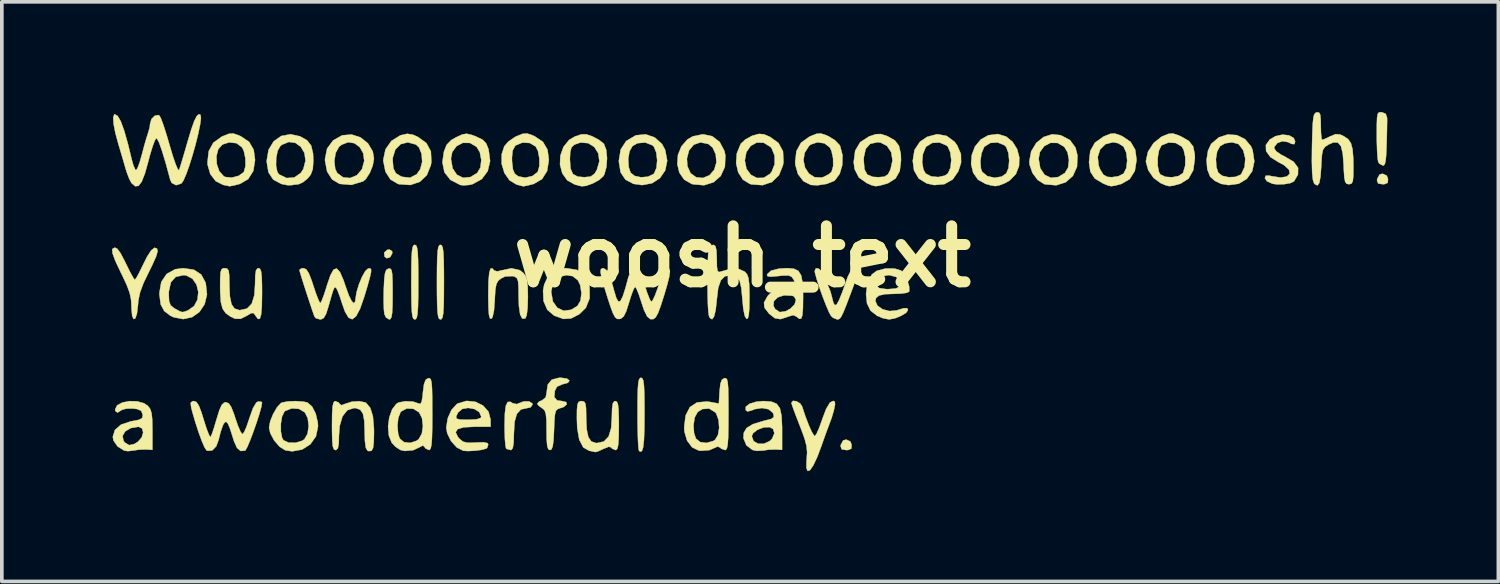
<source format=kicad_pcb>
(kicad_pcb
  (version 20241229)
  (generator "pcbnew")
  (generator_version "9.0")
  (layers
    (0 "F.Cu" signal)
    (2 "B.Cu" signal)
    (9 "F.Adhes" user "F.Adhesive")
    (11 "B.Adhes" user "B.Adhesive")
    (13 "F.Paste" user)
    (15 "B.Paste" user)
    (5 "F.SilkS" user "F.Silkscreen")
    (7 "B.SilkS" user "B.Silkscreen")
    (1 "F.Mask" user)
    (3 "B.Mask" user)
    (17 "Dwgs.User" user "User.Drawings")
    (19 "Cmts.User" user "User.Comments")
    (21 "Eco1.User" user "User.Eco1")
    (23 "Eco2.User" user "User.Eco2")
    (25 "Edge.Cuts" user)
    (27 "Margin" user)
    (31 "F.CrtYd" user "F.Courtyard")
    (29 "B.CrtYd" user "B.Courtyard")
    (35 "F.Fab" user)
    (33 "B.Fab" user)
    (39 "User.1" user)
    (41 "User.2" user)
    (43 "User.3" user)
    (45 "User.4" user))
  (footprint "woosh_text"
    (layer "F.Cu")
    (at 17.166 3.934)
    (property "Reference" "woosh_text" (at 0 0 0) (layer "F.SilkS") (effects (font (size 1.524 1.524) (thickness 0.3))))
    (attr through_hole)
    (fp_poly (pts (xy -9.539 -0.142) (xy -9.536 -0.085) (xy -9.595 0.021) (xy -9.685 0.048) (xy -9.745 0.003) (xy -9.756 -0.106) (xy -9.672 -0.181) (xy -9.612 -0.191) (xy -9.539 -0.142)) (stroke (width 0.01) (type solid)) (fill yes) (layer "F.SilkS"))
    (fp_poly (pts (xy 2.939 5.037) (xy 2.973 5.128) (xy 2.965 5.233) (xy 2.876 5.269) (xy 2.826 5.271) (xy 2.704 5.251) (xy 2.674 5.171) (xy 2.678 5.128) (xy 2.742 5.008) (xy 2.826 4.985) (xy 2.939 5.037)) (stroke (width 0.01) (type solid)) (fill yes) (layer "F.SilkS"))
    (fp_poly (pts (xy 17.544 -2.202) (xy 17.578 -2.111) (xy 17.57 -2.006) (xy 17.481 -1.97) (xy 17.431 -1.968) (xy 17.309 -1.988) (xy 17.279 -2.068) (xy 17.283 -2.111) (xy 17.347 -2.231) (xy 17.431 -2.254) (xy 17.544 -2.202)) (stroke (width 0.01) (type solid)) (fill yes) (layer "F.SilkS"))
    (fp_poly (pts (xy -9.587 0.331) (xy -9.555 0.373) (xy -9.537 0.475) (xy -9.528 0.659) (xy -9.525 0.944) (xy -9.525 1.011) (xy -9.528 1.326) (xy -9.538 1.533) (xy -9.558 1.654) (xy -9.591 1.707) (xy -9.619 1.714) (xy -9.706 1.661) (xy -9.749 1.572) (xy -9.763 1.443) (xy -9.77 1.228) (xy -9.768 0.967) (xy -9.766 0.89) (xy -9.753 0.621) (xy -9.732 0.455) (xy -9.699 0.367) (xy -9.646 0.332) (xy -9.636 0.329) (xy -9.587 0.331)) (stroke (width 0.01) (type solid)) (fill yes) (layer "F.SilkS"))
    (fp_poly (pts (xy 17.415 -3.926) (xy 17.516 -3.885) (xy 17.552 -3.779) (xy 17.554 -3.699) (xy 17.546 -3.274) (xy 17.537 -2.959) (xy 17.526 -2.739) (xy 17.511 -2.597) (xy 17.491 -2.517) (xy 17.463 -2.482) (xy 17.438 -2.477) (xy 17.341 -2.528) (xy 17.311 -2.577) (xy 17.294 -2.681) (xy 17.281 -2.879) (xy 17.273 -3.138) (xy 17.272 -3.312) (xy 17.273 -3.599) (xy 17.28 -3.783) (xy 17.298 -3.884) (xy 17.332 -3.925) (xy 17.388 -3.929) (xy 17.415 -3.926)) (stroke (width 0.01) (type solid)) (fill yes) (layer "F.SilkS"))
    (fp_poly (pts (xy -2.725 3.319) (xy -2.699 3.382) (xy -2.682 3.508) (xy -2.672 3.715) (xy -2.668 4.019) (xy -2.667 4.283) (xy -2.671 4.699) (xy -2.682 5) (xy -2.704 5.196) (xy -2.737 5.297) (xy -2.783 5.315) (xy -2.817 5.29) (xy -2.831 5.215) (xy -2.843 5.037) (xy -2.852 4.777) (xy -2.857 4.459) (xy -2.857 4.276) (xy -2.856 3.898) (xy -2.85 3.63) (xy -2.837 3.454) (xy -2.817 3.353) (xy -2.787 3.309) (xy -2.762 3.302) (xy -2.725 3.319)) (stroke (width 0.01) (type solid)) (fill yes) (layer "F.SilkS"))
    (fp_poly (pts (xy -8.886 -0.301) (xy -8.86 -0.239) (xy -8.842 -0.115) (xy -8.832 0.089) (xy -8.827 0.389) (xy -8.826 0.699) (xy -8.828 1.085) (xy -8.834 1.362) (xy -8.846 1.546) (xy -8.865 1.655) (xy -8.893 1.705) (xy -8.922 1.714) (xy -8.958 1.698) (xy -8.984 1.636) (xy -9.001 1.512) (xy -9.011 1.308) (xy -9.016 1.008) (xy -9.017 0.699) (xy -9.015 0.312) (xy -9.01 0.035) (xy -8.998 -0.149) (xy -8.979 -0.258) (xy -8.951 -0.308) (xy -8.922 -0.318) (xy -8.886 -0.301)) (stroke (width 0.01) (type solid)) (fill yes) (layer "F.SilkS"))
    (fp_poly (pts (xy -8.187 -0.301) (xy -8.161 -0.239) (xy -8.144 -0.115) (xy -8.134 0.089) (xy -8.129 0.389) (xy -8.128 0.699) (xy -8.13 1.085) (xy -8.135 1.362) (xy -8.147 1.546) (xy -8.166 1.655) (xy -8.194 1.705) (xy -8.223 1.714) (xy -8.259 1.698) (xy -8.285 1.636) (xy -8.303 1.512) (xy -8.313 1.308) (xy -8.318 1.008) (xy -8.319 0.699) (xy -8.317 0.312) (xy -8.311 0.035) (xy -8.299 -0.149) (xy -8.28 -0.258) (xy -8.252 -0.308) (xy -8.223 -0.318) (xy -8.187 -0.301)) (stroke (width 0.01) (type solid)) (fill yes) (layer "F.SilkS"))
    (fp_poly (pts (xy -5.812 3.946) (xy -5.725 3.997) (xy -5.715 4.032) (xy -5.77 4.109) (xy -5.864 4.128) (xy -6.032 4.165) (xy -6.143 4.285) (xy -6.205 4.501) (xy -6.223 4.815) (xy -6.23 5.069) (xy -6.253 5.214) (xy -6.295 5.269) (xy -6.308 5.271) (xy -6.416 5.242) (xy -6.435 5.228) (xy -6.453 5.15) (xy -6.468 4.975) (xy -6.476 4.735) (xy -6.477 4.597) (xy -6.469 4.272) (xy -6.442 4.063) (xy -6.392 3.961) (xy -6.317 3.957) (xy -6.266 3.991) (xy -6.145 4.02) (xy -6.094 3.998) (xy -5.951 3.945) (xy -5.812 3.946)) (stroke (width 0.01) (type solid)) (fill yes) (layer "F.SilkS"))
    (fp_poly (pts (xy -0.822 -3.274) (xy -0.62 -3.118) (xy -0.492 -2.877) (xy -0.465 -2.751) (xy -0.478 -2.442) (xy -0.591 -2.193) (xy -0.786 -2.021) (xy -1.046 -1.94) (xy -1.351 -1.967) (xy -1.38 -1.975) (xy -1.587 -2.093) (xy -1.718 -2.283) (xy -1.774 -2.517) (xy -1.763 -2.668) (xy -1.512 -2.668) (xy -1.499 -2.459) (xy -1.412 -2.266) (xy -1.259 -2.157) (xy -1.077 -2.138) (xy -0.897 -2.213) (xy -0.769 -2.36) (xy -0.709 -2.562) (xy -0.727 -2.779) (xy -0.812 -2.965) (xy -0.927 -3.062) (xy -1.144 -3.107) (xy -1.325 -3.044) (xy -1.454 -2.891) (xy -1.512 -2.668) (xy -1.763 -2.668) (xy -1.756 -2.765) (xy -1.663 -2.998) (xy -1.498 -3.187) (xy -1.353 -3.271) (xy -1.074 -3.329) (xy -0.822 -3.274)) (stroke (width 0.01) (type solid)) (fill yes) (layer "F.SilkS"))
    (fp_poly (pts (xy 8.664 -3.303) (xy 8.916 -3.171) (xy 9.068 -2.966) (xy 9.123 -2.751) (xy 9.11 -2.443) (xy 8.997 -2.194) (xy 8.802 -2.021) (xy 8.544 -1.939) (xy 8.241 -1.965) (xy 8.215 -1.973) (xy 8.039 -2.083) (xy 7.897 -2.274) (xy 7.818 -2.501) (xy 7.811 -2.588) (xy 7.825 -2.663) (xy 8.065 -2.663) (xy 8.109 -2.403) (xy 8.226 -2.226) (xy 8.397 -2.142) (xy 8.599 -2.164) (xy 8.779 -2.274) (xy 8.867 -2.423) (xy 8.891 -2.628) (xy 8.852 -2.836) (xy 8.763 -2.985) (xy 8.582 -3.092) (xy 8.39 -3.095) (xy 8.219 -3.007) (xy 8.1 -2.845) (xy 8.065 -2.663) (xy 7.825 -2.663) (xy 7.862 -2.863) (xy 8 -3.092) (xy 8.2 -3.254) (xy 8.437 -3.328) (xy 8.664 -3.303)) (stroke (width 0.01) (type solid)) (fill yes) (layer "F.SilkS"))
    (fp_poly (pts (xy -10.4 -3.243) (xy -10.197 -3.081) (xy -10.066 -2.86) (xy -10.033 -2.668) (xy -10.066 -2.477) (xy -10.148 -2.274) (xy -10.255 -2.109) (xy -10.329 -2.046) (xy -10.646 -1.95) (xy -10.969 -1.977) (xy -11.173 -2.097) (xy -11.309 -2.312) (xy -11.364 -2.598) (xy -11.113 -2.598) (xy -11.088 -2.384) (xy -11.033 -2.272) (xy -10.873 -2.155) (xy -10.682 -2.137) (xy -10.498 -2.213) (xy -10.36 -2.377) (xy -10.36 -2.377) (xy -10.298 -2.604) (xy -10.325 -2.81) (xy -10.42 -2.977) (xy -10.565 -3.084) (xy -10.737 -3.112) (xy -10.918 -3.041) (xy -10.986 -2.985) (xy -11.077 -2.819) (xy -11.113 -2.598) (xy -11.364 -2.598) (xy -11.365 -2.605) (xy -11.367 -2.655) (xy -11.309 -2.939) (xy -11.146 -3.161) (xy -10.9 -3.299) (xy -10.645 -3.322) (xy -10.4 -3.243)) (stroke (width 0.01) (type solid)) (fill yes) (layer "F.SilkS"))
    (fp_poly (pts (xy -4.503 0.367) (xy -4.296 0.512) (xy -4.178 0.743) (xy -4.164 0.81) (xy -4.16 1.137) (xy -4.264 1.398) (xy -4.443 1.572) (xy -4.667 1.687) (xy -4.877 1.7) (xy -5.121 1.613) (xy -5.127 1.61) (xy -5.313 1.452) (xy -5.416 1.216) (xy -5.427 0.971) (xy -5.207 0.971) (xy -5.162 1.225) (xy -5.041 1.397) (xy -4.867 1.477) (xy -4.664 1.451) (xy -4.493 1.346) (xy -4.409 1.201) (xy -4.384 0.996) (xy -4.417 0.782) (xy -4.48 0.649) (xy -4.622 0.535) (xy -4.794 0.508) (xy -5.007 0.562) (xy -5.15 0.714) (xy -5.207 0.946) (xy -5.207 0.971) (xy -5.427 0.971) (xy -5.429 0.926) (xy -5.398 0.764) (xy -5.285 0.518) (xy -5.1 0.372) (xy -4.83 0.318) (xy -4.789 0.318) (xy -4.503 0.367)) (stroke (width 0.01) (type solid)) (fill yes) (layer "F.SilkS"))
    (fp_poly (pts (xy 5.56 -3.283) (xy 5.775 -3.124) (xy 5.847 -3.026) (xy 5.949 -2.79) (xy 5.953 -2.554) (xy 5.879 -2.321) (xy 5.725 -2.098) (xy 5.498 -1.97) (xy 5.221 -1.945) (xy 5.018 -1.989) (xy 4.8 -2.123) (xy 4.672 -2.343) (xy 4.642 -2.569) (xy 4.893 -2.569) (xy 4.927 -2.368) (xy 4.989 -2.259) (xy 5.139 -2.181) (xy 5.333 -2.163) (xy 5.513 -2.204) (xy 5.596 -2.264) (xy 5.665 -2.42) (xy 5.686 -2.628) (xy 5.66 -2.835) (xy 5.592 -2.99) (xy 5.56 -3.021) (xy 5.364 -3.104) (xy 5.164 -3.092) (xy 5.005 -2.992) (xy 4.988 -2.97) (xy 4.914 -2.789) (xy 4.893 -2.569) (xy 4.642 -2.569) (xy 4.637 -2.603) (xy 4.685 -2.902) (xy 4.833 -3.125) (xy 5.032 -3.259) (xy 5.305 -3.331) (xy 5.56 -3.283)) (stroke (width 0.01) (type solid)) (fill yes) (layer "F.SilkS"))
    (fp_poly (pts (xy -7.37 -3.31) (xy -7.264 -3.271) (xy -7.08 -3.184) (xy -6.976 -3.076) (xy -6.912 -2.914) (xy -6.871 -2.599) (xy -6.936 -2.324) (xy -7.097 -2.108) (xy -7.343 -1.972) (xy -7.429 -1.95) (xy -7.59 -1.936) (xy -7.684 -1.948) (xy -7.951 -2.085) (xy -8.114 -2.291) (xy -8.17 -2.564) (xy -8.156 -2.663) (xy -7.938 -2.663) (xy -7.893 -2.403) (xy -7.776 -2.226) (xy -7.605 -2.142) (xy -7.403 -2.164) (xy -7.223 -2.274) (xy -7.135 -2.423) (xy -7.111 -2.628) (xy -7.15 -2.836) (xy -7.239 -2.985) (xy -7.42 -3.092) (xy -7.612 -3.095) (xy -7.783 -3.007) (xy -7.902 -2.845) (xy -7.938 -2.663) (xy -8.156 -2.663) (xy -8.128 -2.857) (xy -8.054 -3.043) (xy -7.927 -3.171) (xy -7.8 -3.244) (xy -7.632 -3.322) (xy -7.51 -3.343) (xy -7.37 -3.31)) (stroke (width 0.01) (type solid)) (fill yes) (layer "F.SilkS"))
    (fp_poly (pts (xy -2.388 -3.241) (xy -2.191 -3.063) (xy -2.104 -2.903) (xy -2.049 -2.608) (xy -2.102 -2.346) (xy -2.246 -2.134) (xy -2.462 -1.994) (xy -2.734 -1.944) (xy -2.966 -1.977) (xy -3.186 -2.092) (xy -3.318 -2.291) (xy -3.365 -2.582) (xy -3.365 -2.609) (xy -3.358 -2.653) (xy -3.111 -2.653) (xy -3.096 -2.431) (xy -3.046 -2.282) (xy -2.935 -2.194) (xy -2.76 -2.157) (xy -2.573 -2.173) (xy -2.425 -2.243) (xy -2.405 -2.264) (xy -2.341 -2.415) (xy -2.322 -2.62) (xy -2.346 -2.828) (xy -2.41 -2.987) (xy -2.447 -3.026) (xy -2.647 -3.104) (xy -2.86 -3.084) (xy -2.995 -3.006) (xy -3.076 -2.862) (xy -3.111 -2.653) (xy -3.358 -2.653) (xy -3.315 -2.916) (xy -3.166 -3.144) (xy -2.918 -3.292) (xy -2.894 -3.301) (xy -2.633 -3.326) (xy -2.388 -3.241)) (stroke (width 0.01) (type solid)) (fill yes) (layer "F.SilkS"))
    (fp_poly (pts (xy 13.461 -3.305) (xy 13.682 -3.197) (xy 13.846 -3.003) (xy 13.891 -2.898) (xy 13.938 -2.589) (xy 13.88 -2.322) (xy 13.732 -2.113) (xy 13.511 -1.981) (xy 13.234 -1.944) (xy 13.036 -1.977) (xy 12.862 -2.06) (xy 12.735 -2.174) (xy 12.656 -2.376) (xy 12.637 -2.632) (xy 12.641 -2.653) (xy 12.891 -2.653) (xy 12.906 -2.431) (xy 12.956 -2.282) (xy 13.063 -2.198) (xy 13.236 -2.159) (xy 13.42 -2.167) (xy 13.562 -2.225) (xy 13.581 -2.244) (xy 13.674 -2.439) (xy 13.691 -2.67) (xy 13.636 -2.891) (xy 13.515 -3.053) (xy 13.5 -3.063) (xy 13.334 -3.109) (xy 13.14 -3.081) (xy 13.007 -3.006) (xy 12.926 -2.862) (xy 12.891 -2.653) (xy 12.641 -2.653) (xy 12.677 -2.885) (xy 12.764 -3.067) (xy 12.972 -3.244) (xy 13.214 -3.322) (xy 13.461 -3.305)) (stroke (width 0.01) (type solid)) (fill yes) (layer "F.SilkS"))
    (fp_poly (pts (xy 14.884 -3.298) (xy 15.011 -3.226) (xy 15.05 -3.133) (xy 15.031 -3.06) (xy 14.957 -3.064) (xy 14.855 -3.114) (xy 14.707 -3.14) (xy 14.566 -3.09) (xy 14.484 -2.987) (xy 14.478 -2.947) (xy 14.532 -2.867) (xy 14.669 -2.771) (xy 14.763 -2.724) (xy 15.009 -2.579) (xy 15.13 -2.415) (xy 15.126 -2.23) (xy 15.018 -2.046) (xy 14.918 -1.998) (xy 14.747 -1.968) (xy 14.557 -1.963) (xy 14.43 -1.981) (xy 14.281 -2.049) (xy 14.224 -2.136) (xy 14.251 -2.202) (xy 14.352 -2.2) (xy 14.399 -2.189) (xy 14.652 -2.149) (xy 14.823 -2.177) (xy 14.903 -2.254) (xy 14.882 -2.363) (xy 14.75 -2.486) (xy 14.602 -2.565) (xy 14.376 -2.706) (xy 14.258 -2.869) (xy 14.252 -3.035) (xy 14.358 -3.185) (xy 14.513 -3.276) (xy 14.705 -3.318) (xy 14.884 -3.298)) (stroke (width 0.01) (type solid)) (fill yes) (layer "F.SilkS"))
    (fp_poly (pts (xy -17.02 -0.209) (xy -16.934 -0.09) (xy -16.819 0.129) (xy -16.774 0.221) (xy -16.674 0.422) (xy -16.593 0.57) (xy -16.547 0.634) (xy -16.545 0.635) (xy -16.504 0.582) (xy -16.429 0.446) (xy -16.359 0.302) (xy -16.214 0.011) (xy -16.1 -0.166) (xy -16.01 -0.238) (xy -15.941 -0.217) (xy -15.924 -0.145) (xy -15.964 -0.003) (xy -16.064 0.222) (xy -16.155 0.406) (xy -16.308 0.723) (xy -16.402 0.974) (xy -16.449 1.198) (xy -16.459 1.316) (xy -16.487 1.554) (xy -16.531 1.685) (xy -16.579 1.705) (xy -16.618 1.612) (xy -16.637 1.4) (xy -16.637 1.369) (xy -16.647 1.176) (xy -16.685 0.993) (xy -16.763 0.782) (xy -16.891 0.507) (xy -16.927 0.435) (xy -17.074 0.125) (xy -17.152 -0.087) (xy -17.161 -0.197) (xy -17.155 -0.206) (xy -17.089 -0.243) (xy -17.02 -0.209)) (stroke (width 0.01) (type solid)) (fill yes) (layer "F.SilkS"))
    (fp_poly (pts (xy -8.977 -3.318) (xy -8.842 -3.259) (xy -8.607 -3.09) (xy -8.484 -2.864) (xy -8.47 -2.575) (xy -8.484 -2.488) (xy -8.593 -2.216) (xy -8.785 -2.033) (xy -9.042 -1.947) (xy -9.347 -1.968) (xy -9.381 -1.977) (xy -9.585 -2.097) (xy -9.721 -2.31) (xy -9.778 -2.595) (xy -9.779 -2.619) (xy -9.524 -2.619) (xy -9.505 -2.4) (xy -9.436 -2.266) (xy -9.295 -2.181) (xy -9.269 -2.17) (xy -9.051 -2.145) (xy -8.871 -2.238) (xy -8.773 -2.377) (xy -8.721 -2.577) (xy -8.735 -2.791) (xy -8.806 -2.968) (xy -8.889 -3.047) (xy -9.111 -3.108) (xy -9.306 -3.059) (xy -9.451 -2.914) (xy -9.521 -2.689) (xy -9.524 -2.619) (xy -9.779 -2.619) (xy -9.779 -2.638) (xy -9.72 -2.917) (xy -9.559 -3.147) (xy -9.32 -3.296) (xy -9.301 -3.302) (xy -9.129 -3.341) (xy -8.977 -3.318)) (stroke (width 0.01) (type solid)) (fill yes) (layer "F.SilkS"))
    (fp_poly (pts (xy 0.586 -3.327) (xy 0.747 -3.259) (xy 0.982 -3.09) (xy 1.104 -2.863) (xy 1.118 -2.574) (xy 1.104 -2.488) (xy 0.995 -2.213) (xy 0.804 -2.028) (xy 0.548 -1.942) (xy 0.245 -1.964) (xy 0.202 -1.976) (xy 0.013 -2.092) (xy -0.115 -2.29) (xy -0.173 -2.539) (xy -0.167 -2.613) (xy 0.064 -2.613) (xy 0.11 -2.386) (xy 0.23 -2.224) (xy 0.394 -2.139) (xy 0.576 -2.142) (xy 0.746 -2.247) (xy 0.796 -2.308) (xy 0.877 -2.514) (xy 0.876 -2.744) (xy 0.797 -2.942) (xy 0.762 -2.985) (xy 0.579 -3.097) (xy 0.39 -3.102) (xy 0.224 -3.011) (xy 0.106 -2.84) (xy 0.064 -2.613) (xy -0.167 -2.613) (xy -0.154 -2.805) (xy -0.052 -3.057) (xy -0.044 -3.071) (xy 0.075 -3.183) (xy 0.25 -3.28) (xy 0.278 -3.291) (xy 0.448 -3.338) (xy 0.586 -3.327)) (stroke (width 0.01) (type solid)) (fill yes) (layer "F.SilkS"))
    (fp_poly (pts (xy 1.469 3.941) (xy 1.569 4) (xy 1.623 4.08) (xy 1.713 4.351) (xy 1.806 4.592) (xy 1.889 4.777) (xy 1.951 4.878) (xy 1.969 4.889) (xy 2.014 4.834) (xy 2.081 4.686) (xy 2.158 4.476) (xy 2.17 4.437) (xy 2.28 4.147) (xy 2.381 3.978) (xy 2.474 3.931) (xy 2.517 3.957) (xy 2.521 4.035) (xy 2.488 4.194) (xy 2.428 4.397) (xy 2.351 4.604) (xy 2.304 4.728) (xy 2.232 4.927) (xy 2.156 5.144) (xy 2.036 5.463) (xy 1.928 5.689) (xy 1.84 5.817) (xy 1.776 5.842) (xy 1.742 5.759) (xy 1.745 5.562) (xy 1.75 5.509) (xy 1.761 5.329) (xy 1.745 5.16) (xy 1.694 4.964) (xy 1.599 4.703) (xy 1.56 4.604) (xy 1.463 4.354) (xy 1.386 4.149) (xy 1.341 4.017) (xy 1.333 3.985) (xy 1.375 3.931) (xy 1.469 3.941)) (stroke (width 0.01) (type solid)) (fill yes) (layer "F.SilkS"))
    (fp_poly (pts (xy 7.177 -3.267) (xy 7.354 -3.123) (xy 7.478 -2.926) (xy 7.539 -2.699) (xy 7.531 -2.464) (xy 7.446 -2.246) (xy 7.275 -2.068) (xy 7.142 -1.995) (xy 6.99 -1.936) (xy 6.884 -1.917) (xy 6.761 -1.937) (xy 6.621 -1.976) (xy 6.414 -2.092) (xy 6.282 -2.281) (xy 6.226 -2.513) (xy 6.231 -2.592) (xy 6.479 -2.592) (xy 6.494 -2.394) (xy 6.527 -2.305) (xy 6.669 -2.188) (xy 6.863 -2.144) (xy 7.059 -2.176) (xy 7.184 -2.264) (xy 7.245 -2.41) (xy 7.263 -2.613) (xy 7.241 -2.82) (xy 7.182 -2.98) (xy 7.142 -3.025) (xy 6.949 -3.105) (xy 6.749 -3.092) (xy 6.591 -2.991) (xy 6.576 -2.97) (xy 6.508 -2.804) (xy 6.479 -2.592) (xy 6.231 -2.592) (xy 6.243 -2.76) (xy 6.33 -2.993) (xy 6.488 -3.185) (xy 6.695 -3.301) (xy 6.955 -3.334) (xy 7.177 -3.267)) (stroke (width 0.01) (type solid)) (fill yes) (layer "F.SilkS"))
    (fp_poly (pts (xy -14.938 0.36) (xy -14.738 0.49) (xy -14.618 0.712) (xy -14.613 0.731) (xy -14.58 1.034) (xy -14.644 1.299) (xy -14.785 1.511) (xy -14.986 1.652) (xy -15.228 1.705) (xy -15.493 1.653) (xy -15.572 1.616) (xy -15.745 1.484) (xy -15.84 1.305) (xy -15.874 1.044) (xy -15.874 1.024) (xy -15.621 1.024) (xy -15.612 1.218) (xy -15.57 1.33) (xy -15.476 1.407) (xy -15.446 1.424) (xy -15.319 1.493) (xy -15.248 1.515) (xy -15.174 1.497) (xy -15.095 1.466) (xy -14.929 1.347) (xy -14.837 1.17) (xy -14.817 0.966) (xy -14.864 0.767) (xy -14.974 0.607) (xy -15.141 0.517) (xy -15.224 0.508) (xy -15.433 0.556) (xy -15.564 0.703) (xy -15.619 0.951) (xy -15.621 1.024) (xy -15.874 1.024) (xy -15.875 0.984) (xy -15.824 0.69) (xy -15.677 0.474) (xy -15.446 0.347) (xy -15.227 0.318) (xy -14.938 0.36)) (stroke (width 0.01) (type solid)) (fill yes) (layer "F.SilkS"))
    (fp_poly (pts (xy -4.777 3.325) (xy -4.711 3.379) (xy -4.753 3.439) (xy -4.904 3.48) (xy -5.052 3.546) (xy -5.108 3.658) (xy -5.122 3.83) (xy -5.048 3.917) (xy -4.912 3.937) (xy -4.797 3.965) (xy -4.785 4.028) (xy -4.866 4.097) (xy -4.958 4.128) (xy -5.032 4.153) (xy -5.079 4.203) (xy -5.106 4.305) (xy -5.121 4.484) (xy -5.13 4.718) (xy -5.144 4.995) (xy -5.166 5.166) (xy -5.199 5.251) (xy -5.241 5.271) (xy -5.288 5.245) (xy -5.316 5.156) (xy -5.331 4.981) (xy -5.334 4.733) (xy -5.337 4.465) (xy -5.352 4.297) (xy -5.383 4.198) (xy -5.436 4.142) (xy -5.461 4.128) (xy -5.561 4.053) (xy -5.588 4.006) (xy -5.535 3.948) (xy -5.461 3.919) (xy -5.357 3.838) (xy -5.334 3.717) (xy -5.301 3.487) (xy -5.193 3.354) (xy -4.997 3.303) (xy -4.945 3.302) (xy -4.777 3.325)) (stroke (width 0.01) (type solid)) (fill yes) (layer "F.SilkS"))
    (fp_poly (pts (xy 3.123 0.324) (xy 3.151 0.358) (xy 3.145 0.438) (xy 3.102 0.585) (xy 3.019 0.817) (xy 2.944 1.016) (xy 2.831 1.314) (xy 2.751 1.512) (xy 2.694 1.632) (xy 2.65 1.692) (xy 2.608 1.713) (xy 2.581 1.714) (xy 2.469 1.67) (xy 2.412 1.618) (xy 2.355 1.515) (xy 2.275 1.327) (xy 2.183 1.09) (xy 2.094 0.84) (xy 2.021 0.615) (xy 1.976 0.449) (xy 1.968 0.395) (xy 2 0.32) (xy 2.075 0.33) (xy 2.165 0.408) (xy 2.239 0.534) (xy 2.252 0.572) (xy 2.307 0.737) (xy 2.353 0.849) (xy 2.358 0.857) (xy 2.398 0.96) (xy 2.441 1.121) (xy 2.442 1.127) (xy 2.478 1.264) (xy 2.517 1.326) (xy 2.566 1.305) (xy 2.63 1.19) (xy 2.717 0.974) (xy 2.833 0.648) (xy 2.865 0.556) (xy 2.956 0.376) (xy 3.065 0.318) (xy 3.123 0.324)) (stroke (width 0.01) (type solid)) (fill yes) (layer "F.SilkS"))
    (fp_poly (pts (xy -11.957 3.952) (xy -11.846 3.976) (xy -11.719 4.085) (xy -11.619 4.28) (xy -11.563 4.523) (xy -11.557 4.631) (xy -11.614 4.9) (xy -11.766 5.114) (xy -11.989 5.256) (xy -12.256 5.305) (xy -12.445 5.278) (xy -12.601 5.182) (xy -12.75 5.01) (xy -12.858 4.809) (xy -12.867 4.764) (xy -12.569 4.764) (xy -12.535 4.938) (xy -12.497 5.004) (xy -12.356 5.068) (xy -12.166 5.071) (xy -11.986 5.016) (xy -11.927 4.975) (xy -11.841 4.824) (xy -11.811 4.615) (xy -11.837 4.401) (xy -11.916 4.244) (xy -12.077 4.149) (xy -12.274 4.136) (xy -12.449 4.206) (xy -12.473 4.227) (xy -12.536 4.356) (xy -12.569 4.553) (xy -12.569 4.764) (xy -12.867 4.764) (xy -12.89 4.655) (xy -12.858 4.485) (xy -12.778 4.287) (xy -12.672 4.107) (xy -12.566 3.991) (xy -12.539 3.977) (xy -12.381 3.947) (xy -12.165 3.938) (xy -11.957 3.952)) (stroke (width 0.01) (type solid)) (fill yes) (layer "F.SilkS"))
    (fp_poly (pts (xy 3.919 -3.287) (xy 3.952 -3.273) (xy 4.148 -3.163) (xy 4.262 -3.013) (xy 4.312 -2.792) (xy 4.318 -2.622) (xy 4.283 -2.327) (xy 4.169 -2.125) (xy 3.967 -1.997) (xy 3.888 -1.971) (xy 3.721 -1.926) (xy 3.619 -1.915) (xy 3.522 -1.939) (xy 3.386 -1.998) (xy 3.171 -2.15) (xy 3.054 -2.378) (xy 3.029 -2.569) (xy 3.035 -2.612) (xy 3.302 -2.612) (xy 3.323 -2.372) (xy 3.397 -2.232) (xy 3.546 -2.169) (xy 3.699 -2.159) (xy 3.867 -2.173) (xy 3.963 -2.237) (xy 4.032 -2.371) (xy 4.086 -2.618) (xy 4.05 -2.841) (xy 3.935 -3.012) (xy 3.757 -3.104) (xy 3.678 -3.111) (xy 3.478 -3.068) (xy 3.356 -2.931) (xy 3.304 -2.694) (xy 3.302 -2.612) (xy 3.035 -2.612) (xy 3.069 -2.881) (xy 3.207 -3.114) (xy 3.444 -3.267) (xy 3.452 -3.27) (xy 3.633 -3.33) (xy 3.766 -3.335) (xy 3.919 -3.287)) (stroke (width 0.01) (type solid)) (fill yes) (layer "F.SilkS"))
    (fp_poly (pts (xy -12.046 -3.272) (xy -11.855 -3.164) (xy -11.743 -3.019) (xy -11.692 -2.803) (xy -11.684 -2.605) (xy -11.699 -2.381) (xy -11.754 -2.23) (xy -11.84 -2.124) (xy -11.971 -2.018) (xy -12.081 -1.969) (xy -12.089 -1.968) (xy -12.234 -1.951) (xy -12.266 -1.943) (xy -12.383 -1.941) (xy -12.548 -1.974) (xy -12.554 -1.975) (xy -12.775 -2.092) (xy -12.907 -2.292) (xy -12.937 -2.479) (xy -12.7 -2.479) (xy -12.667 -2.308) (xy -12.621 -2.237) (xy -12.412 -2.136) (xy -12.204 -2.151) (xy -12.028 -2.272) (xy -11.956 -2.383) (xy -11.897 -2.612) (xy -11.927 -2.82) (xy -12.026 -2.987) (xy -12.175 -3.094) (xy -12.352 -3.119) (xy -12.539 -3.043) (xy -12.584 -3.006) (xy -12.656 -2.878) (xy -12.695 -2.686) (xy -12.7 -2.479) (xy -12.937 -2.479) (xy -12.954 -2.583) (xy -12.954 -2.609) (xy -12.903 -2.906) (xy -12.765 -3.135) (xy -12.56 -3.281) (xy -12.308 -3.329) (xy -12.046 -3.272)) (stroke (width 0.01) (type solid)) (fill yes) (layer "F.SilkS"))
    (fp_poly (pts (xy -10.989 3.98) (xy -10.972 4.01) (xy -10.922 4.05) (xy -10.812 4.01) (xy -10.635 3.954) (xy -10.432 3.941) (xy -10.27 3.974) (xy -10.249 3.986) (xy -10.134 4.121) (xy -10.063 4.35) (xy -10.034 4.685) (xy -10.033 4.786) (xy -10.038 5.055) (xy -10.059 5.217) (xy -10.102 5.292) (xy -10.174 5.299) (xy -10.208 5.288) (xy -10.254 5.213) (xy -10.28 5.024) (xy -10.287 4.77) (xy -10.297 4.472) (xy -10.334 4.279) (xy -10.407 4.172) (xy -10.524 4.13) (xy -10.581 4.128) (xy -10.759 4.186) (xy -10.89 4.352) (xy -10.967 4.614) (xy -10.986 4.866) (xy -10.992 5.095) (xy -11.016 5.221) (xy -11.062 5.268) (xy -11.081 5.271) (xy -11.124 5.25) (xy -11.153 5.175) (xy -11.169 5.025) (xy -11.175 4.779) (xy -11.176 4.604) (xy -11.173 4.296) (xy -11.161 4.096) (xy -11.138 3.983) (xy -11.102 3.94) (xy -11.086 3.937) (xy -10.989 3.98)) (stroke (width 0.01) (type solid)) (fill yes) (layer "F.SilkS"))
    (fp_poly (pts (xy -6.064 0.373) (xy -5.969 0.445) (xy -5.905 0.529) (xy -5.866 0.643) (xy -5.847 0.82) (xy -5.842 1.091) (xy -5.842 1.108) (xy -5.85 1.389) (xy -5.873 1.588) (xy -5.909 1.684) (xy -5.913 1.687) (xy -5.996 1.691) (xy -6.053 1.581) (xy -6.086 1.354) (xy -6.095 1.065) (xy -6.098 0.817) (xy -6.111 0.667) (xy -6.143 0.588) (xy -6.202 0.549) (xy -6.255 0.534) (xy -6.458 0.543) (xy -6.57 0.596) (xy -6.65 0.661) (xy -6.699 0.749) (xy -6.727 0.892) (xy -6.742 1.122) (xy -6.744 1.185) (xy -6.766 1.476) (xy -6.804 1.649) (xy -6.842 1.699) (xy -6.879 1.679) (xy -6.903 1.582) (xy -6.916 1.392) (xy -6.921 1.093) (xy -6.921 1.021) (xy -6.915 0.67) (xy -6.894 0.441) (xy -6.858 0.328) (xy -6.806 0.326) (xy -6.764 0.379) (xy -6.676 0.407) (xy -6.566 0.379) (xy -6.289 0.321) (xy -6.064 0.373)) (stroke (width 0.01) (type solid)) (fill yes) (layer "F.SilkS"))
    (fp_poly (pts (xy 2.276 -3.303) (xy 2.342 -3.274) (xy 2.516 -3.167) (xy 2.641 -3.039) (xy 2.66 -3.007) (xy 2.725 -2.756) (xy 2.718 -2.489) (xy 2.647 -2.249) (xy 2.518 -2.075) (xy 2.486 -2.053) (xy 2.29 -1.976) (xy 2.048 -1.939) (xy 1.865 -1.948) (xy 1.661 -2.049) (xy 1.512 -2.243) (xy 1.439 -2.499) (xy 1.435 -2.561) (xy 1.441 -2.618) (xy 1.661 -2.618) (xy 1.704 -2.42) (xy 1.81 -2.258) (xy 1.964 -2.159) (xy 2.156 -2.15) (xy 2.215 -2.168) (xy 2.354 -2.241) (xy 2.427 -2.306) (xy 2.47 -2.461) (xy 2.468 -2.671) (xy 2.425 -2.873) (xy 2.378 -2.97) (xy 2.231 -3.082) (xy 2.04 -3.109) (xy 1.86 -3.049) (xy 1.814 -3.012) (xy 1.694 -2.824) (xy 1.661 -2.618) (xy 1.441 -2.618) (xy 1.469 -2.869) (xy 1.594 -3.097) (xy 1.819 -3.26) (xy 1.849 -3.274) (xy 2.014 -3.34) (xy 2.134 -3.35) (xy 2.276 -3.303)) (stroke (width 0.01) (type solid)) (fill yes) (layer "F.SilkS"))
    (fp_poly (pts (xy 10.277 -3.303) (xy 10.343 -3.274) (xy 10.569 -3.122) (xy 10.695 -2.906) (xy 10.732 -2.629) (xy 10.684 -2.329) (xy 10.545 -2.108) (xy 10.323 -1.978) (xy 10.303 -1.972) (xy 10.135 -1.927) (xy 10.034 -1.914) (xy 9.94 -1.938) (xy 9.811 -1.993) (xy 9.592 -2.126) (xy 9.474 -2.307) (xy 9.436 -2.565) (xy 9.453 -2.712) (xy 9.674 -2.712) (xy 9.699 -2.474) (xy 9.738 -2.375) (xy 9.827 -2.228) (xy 9.937 -2.168) (xy 10.059 -2.159) (xy 10.239 -2.187) (xy 10.373 -2.255) (xy 10.378 -2.259) (xy 10.452 -2.407) (xy 10.476 -2.615) (xy 10.451 -2.828) (xy 10.378 -2.989) (xy 10.372 -2.995) (xy 10.231 -3.084) (xy 10.091 -3.111) (xy 9.883 -3.058) (xy 9.739 -2.916) (xy 9.674 -2.712) (xy 9.453 -2.712) (xy 9.471 -2.873) (xy 9.598 -3.1) (xy 9.826 -3.262) (xy 9.85 -3.274) (xy 10.015 -3.34) (xy 10.135 -3.35) (xy 10.277 -3.303)) (stroke (width 0.01) (type solid)) (fill yes) (layer "F.SilkS"))
    (fp_poly (pts (xy -13.726 -3.303) (xy -13.66 -3.274) (xy -13.434 -3.122) (xy -13.308 -2.906) (xy -13.271 -2.629) (xy -13.319 -2.329) (xy -13.458 -2.108) (xy -13.68 -1.978) (xy -13.7 -1.972) (xy -13.86 -1.931) (xy -13.96 -1.914) (xy -13.97 -1.914) (xy -14.051 -1.932) (xy -14.137 -1.949) (xy -14.34 -2.049) (xy -14.489 -2.242) (xy -14.563 -2.497) (xy -14.567 -2.561) (xy -14.548 -2.732) (xy -14.323 -2.732) (xy -14.313 -2.518) (xy -14.246 -2.322) (xy -14.125 -2.187) (xy -14.082 -2.165) (xy -13.904 -2.148) (xy -13.715 -2.198) (xy -13.581 -2.297) (xy -13.575 -2.306) (xy -13.532 -2.461) (xy -13.534 -2.671) (xy -13.577 -2.873) (xy -13.624 -2.97) (xy -13.775 -3.085) (xy -13.977 -3.107) (xy -14.157 -3.05) (xy -14.272 -2.924) (xy -14.323 -2.732) (xy -14.548 -2.732) (xy -14.533 -2.869) (xy -14.408 -3.097) (xy -14.183 -3.26) (xy -14.153 -3.274) (xy -13.988 -3.34) (xy -13.868 -3.35) (xy -13.726 -3.303)) (stroke (width 0.01) (type solid)) (fill yes) (layer "F.SilkS"))
    (fp_poly (pts (xy -13.134 0.337) (xy -13.106 0.411) (xy -13.089 0.557) (xy -13.082 0.798) (xy -13.081 1.016) (xy -13.087 1.361) (xy -13.107 1.587) (xy -13.142 1.697) (xy -13.194 1.7) (xy -13.262 1.608) (xy -13.313 1.539) (xy -13.38 1.545) (xy -13.485 1.608) (xy -13.663 1.697) (xy -13.815 1.695) (xy -13.938 1.638) (xy -14.072 1.542) (xy -14.156 1.42) (xy -14.202 1.243) (xy -14.22 0.981) (xy -14.222 0.841) (xy -14.221 0.584) (xy -14.21 0.428) (xy -14.183 0.348) (xy -14.136 0.32) (xy -14.097 0.318) (xy -14.031 0.329) (xy -13.992 0.383) (xy -13.975 0.506) (xy -13.97 0.724) (xy -13.97 0.766) (xy -13.957 1.087) (xy -13.912 1.299) (xy -13.83 1.418) (xy -13.703 1.46) (xy -13.682 1.46) (xy -13.49 1.418) (xy -13.361 1.285) (xy -13.29 1.053) (xy -13.271 0.762) (xy -13.266 0.52) (xy -13.246 0.382) (xy -13.206 0.324) (xy -13.176 0.318) (xy -13.134 0.337)) (stroke (width 0.01) (type solid)) (fill yes) (layer "F.SilkS"))
    (fp_poly (pts (xy -4.094 -3.274) (xy -4.085 -3.27) (xy -3.912 -3.179) (xy -3.784 -3.079) (xy -3.771 -3.063) (xy -3.709 -2.904) (xy -3.687 -2.678) (xy -3.704 -2.438) (xy -3.759 -2.238) (xy -3.785 -2.19) (xy -3.899 -2.086) (xy -4.075 -1.989) (xy -4.259 -1.923) (xy -4.381 -1.912) (xy -4.461 -1.932) (xy -4.566 -1.96) (xy -4.772 -2.075) (xy -4.906 -2.265) (xy -4.968 -2.5) (xy -4.962 -2.646) (xy -4.699 -2.646) (xy -4.681 -2.395) (xy -4.617 -2.246) (xy -4.486 -2.175) (xy -4.307 -2.159) (xy -4.134 -2.176) (xy -4.03 -2.251) (xy -3.965 -2.356) (xy -3.896 -2.594) (xy -3.926 -2.809) (xy -4.034 -2.981) (xy -4.201 -3.086) (xy -4.408 -3.103) (xy -4.576 -3.046) (xy -4.652 -2.977) (xy -4.689 -2.851) (xy -4.699 -2.646) (xy -4.962 -2.646) (xy -4.957 -2.749) (xy -4.874 -2.984) (xy -4.72 -3.174) (xy -4.565 -3.266) (xy -4.389 -3.325) (xy -4.255 -3.328) (xy -4.094 -3.274)) (stroke (width 0.01) (type solid)) (fill yes) (layer "F.SilkS"))
    (fp_poly (pts (xy 11.858 -3.305) (xy 11.942 -3.269) (xy 12.154 -3.147) (xy 12.271 -2.999) (xy 12.316 -2.786) (xy 12.319 -2.668) (xy 12.275 -2.348) (xy 12.145 -2.119) (xy 11.928 -1.984) (xy 11.89 -1.972) (xy 11.723 -1.927) (xy 11.621 -1.915) (xy 11.524 -1.939) (xy 11.386 -1.998) (xy 11.194 -2.139) (xy 11.049 -2.351) (xy 11.015 -2.475) (xy 11.307 -2.475) (xy 11.341 -2.301) (xy 11.379 -2.235) (xy 11.514 -2.17) (xy 11.697 -2.157) (xy 11.875 -2.192) (xy 11.992 -2.27) (xy 11.999 -2.282) (xy 12.055 -2.473) (xy 12.059 -2.7) (xy 12.014 -2.903) (xy 11.96 -2.995) (xy 11.799 -3.09) (xy 11.602 -3.103) (xy 11.427 -3.033) (xy 11.403 -3.012) (xy 11.34 -2.883) (xy 11.307 -2.686) (xy 11.307 -2.475) (xy 11.015 -2.475) (xy 10.986 -2.579) (xy 10.986 -2.598) (xy 11.042 -2.852) (xy 11.193 -3.087) (xy 11.406 -3.258) (xy 11.439 -3.274) (xy 11.6 -3.339) (xy 11.719 -3.35) (xy 11.858 -3.305)) (stroke (width 0.01) (type solid)) (fill yes) (layer "F.SilkS"))
    (fp_poly (pts (xy -5.725 -3.303) (xy -5.659 -3.274) (xy -5.433 -3.122) (xy -5.307 -2.906) (xy -5.271 -2.629) (xy -5.318 -2.329) (xy -5.457 -2.108) (xy -5.679 -1.978) (xy -5.699 -1.972) (xy -5.859 -1.931) (xy -5.959 -1.912) (xy -5.969 -1.912) (xy -6.048 -1.932) (xy -6.154 -1.96) (xy -6.343 -2.074) (xy -6.481 -2.273) (xy -6.556 -2.521) (xy -6.556 -2.685) (xy -6.277 -2.685) (xy -6.274 -2.582) (xy -6.251 -2.377) (xy -6.203 -2.258) (xy -6.112 -2.187) (xy -6.102 -2.182) (xy -5.917 -2.146) (xy -5.723 -2.189) (xy -5.581 -2.296) (xy -5.574 -2.306) (xy -5.53 -2.46) (xy -5.53 -2.669) (xy -5.567 -2.871) (xy -5.63 -2.995) (xy -5.791 -3.09) (xy -5.99 -3.102) (xy -6.167 -3.029) (xy -6.19 -3.009) (xy -6.257 -2.886) (xy -6.277 -2.685) (xy -6.556 -2.685) (xy -6.556 -2.784) (xy -6.484 -3.003) (xy -6.372 -3.131) (xy -6.199 -3.25) (xy -6.152 -3.274) (xy -5.987 -3.34) (xy -5.867 -3.35) (xy -5.725 -3.303)) (stroke (width 0.01) (type solid)) (fill yes) (layer "F.SilkS"))
    (fp_poly (pts (xy -3.417 3.957) (xy -3.389 4.032) (xy -3.373 4.182) (xy -3.366 4.428) (xy -3.365 4.604) (xy -3.369 4.912) (xy -3.38 5.112) (xy -3.403 5.224) (xy -3.439 5.268) (xy -3.455 5.271) (xy -3.551 5.23) (xy -3.568 5.203) (xy -3.635 5.179) (xy -3.78 5.235) (xy -3.917 5.299) (xy -3.997 5.325) (xy -4 5.325) (xy -4.081 5.308) (xy -4.176 5.289) (xy -4.335 5.197) (xy -4.443 4.991) (xy -4.499 4.67) (xy -4.508 4.416) (xy -4.506 4.172) (xy -4.492 4.028) (xy -4.461 3.959) (xy -4.406 3.938) (xy -4.381 3.937) (xy -4.315 3.949) (xy -4.277 4.003) (xy -4.259 4.125) (xy -4.255 4.344) (xy -4.255 4.386) (xy -4.241 4.707) (xy -4.196 4.919) (xy -4.114 5.038) (xy -3.987 5.079) (xy -3.967 5.08) (xy -3.774 5.038) (xy -3.645 4.905) (xy -3.575 4.672) (xy -3.556 4.381) (xy -3.55 4.14) (xy -3.53 4.002) (xy -3.491 3.943) (xy -3.461 3.937) (xy -3.417 3.957)) (stroke (width 0.01) (type solid)) (fill yes) (layer "F.SilkS"))
    (fp_poly (pts (xy 0.787 3.952) (xy 0.932 4.011) (xy 1.02 4.133) (xy 1.065 4.338) (xy 1.079 4.645) (xy 1.079 4.717) (xy 1.079 5.265) (xy 0.905 5.254) (xy 0.707 5.261) (xy 0.572 5.283) (xy 0.392 5.293) (xy 0.274 5.268) (xy 0.107 5.142) (xy 0.028 4.95) (xy 0.031 4.894) (xy 0.254 4.894) (xy 0.304 5.028) (xy 0.427 5.097) (xy 0.586 5.098) (xy 0.742 5.026) (xy 0.808 4.96) (xy 0.87 4.813) (xy 0.833 4.695) (xy 0.74 4.646) (xy 0.577 4.654) (xy 0.411 4.717) (xy 0.289 4.812) (xy 0.254 4.894) (xy 0.031 4.894) (xy 0.036 4.801) (xy 0.114 4.669) (xy 0.284 4.565) (xy 0.563 4.479) (xy 0.603 4.47) (xy 0.78 4.424) (xy 0.854 4.375) (xy 0.848 4.301) (xy 0.823 4.251) (xy 0.71 4.159) (xy 0.53 4.126) (xy 0.33 4.158) (xy 0.254 4.191) (xy 0.136 4.22) (xy 0.089 4.182) (xy 0.091 4.09) (xy 0.194 4.01) (xy 0.373 3.955) (xy 0.574 3.937) (xy 0.787 3.952)) (stroke (width 0.01) (type solid)) (fill yes) (layer "F.SilkS"))
    (fp_poly (pts (xy -0.735 -0.281) (xy -0.707 -0.16) (xy -0.699 0.067) (xy -0.699 0.07) (xy -0.695 0.282) (xy -0.678 0.392) (xy -0.64 0.424) (xy -0.587 0.41) (xy -0.332 0.338) (xy -0.101 0.34) (xy 0.066 0.415) (xy 0.126 0.486) (xy 0.163 0.587) (xy 0.183 0.746) (xy 0.19 0.992) (xy 0.191 1.126) (xy 0.186 1.419) (xy 0.171 1.601) (xy 0.144 1.688) (xy 0.111 1.699) (xy 0.063 1.62) (xy 0.023 1.424) (xy -0.003 1.15) (xy -0.031 0.853) (xy -0.076 0.662) (xy -0.149 0.556) (xy -0.259 0.513) (xy -0.321 0.509) (xy -0.48 0.541) (xy -0.59 0.651) (xy -0.66 0.854) (xy -0.698 1.167) (xy -0.699 1.18) (xy -0.728 1.452) (xy -0.772 1.632) (xy -0.826 1.71) (xy -0.884 1.676) (xy -0.913 1.617) (xy -0.929 1.51) (xy -0.941 1.307) (xy -0.949 1.039) (xy -0.952 0.737) (xy -0.95 0.431) (xy -0.944 0.152) (xy -0.933 -0.069) (xy -0.918 -0.202) (xy -0.914 -0.217) (xy -0.835 -0.305) (xy -0.787 -0.318) (xy -0.735 -0.281)) (stroke (width 0.01) (type solid)) (fill yes) (layer "F.SilkS"))
    (fp_poly (pts (xy -7.272 3.956) (xy -7.063 4.059) (xy -6.914 4.226) (xy -6.858 4.441) (xy -6.858 4.442) (xy -6.858 4.636) (xy -7.304 4.636) (xy -7.59 4.651) (xy -7.756 4.7) (xy -7.808 4.786) (xy -7.749 4.912) (xy -7.707 4.962) (xy -7.612 5.04) (xy -7.487 5.072) (xy -7.287 5.068) (xy -7.255 5.065) (xy -7.045 5.058) (xy -6.941 5.082) (xy -6.921 5.119) (xy -6.953 5.213) (xy -6.969 5.227) (xy -7.091 5.263) (xy -7.279 5.288) (xy -7.475 5.298) (xy -7.602 5.289) (xy -7.779 5.199) (xy -7.935 5.026) (xy -8.039 4.812) (xy -8.065 4.659) (xy -8.025 4.407) (xy -8.003 4.357) (xy -7.795 4.357) (xy -7.785 4.415) (xy -7.693 4.44) (xy -7.5 4.445) (xy -7.461 4.445) (xy -7.238 4.433) (xy -7.129 4.397) (xy -7.112 4.362) (xy -7.166 4.236) (xy -7.298 4.153) (xy -7.467 4.123) (xy -7.629 4.151) (xy -7.743 4.246) (xy -7.745 4.25) (xy -7.795 4.357) (xy -8.003 4.357) (xy -7.923 4.178) (xy -7.779 4.02) (xy -7.751 4.002) (xy -7.511 3.932) (xy -7.272 3.956)) (stroke (width 0.01) (type solid)) (fill yes) (layer "F.SilkS"))
    (fp_poly (pts (xy -16.481 3.944) (xy -16.294 3.996) (xy -16.192 4.064) (xy -16.128 4.148) (xy -16.09 4.262) (xy -16.071 4.439) (xy -16.066 4.709) (xy -16.066 4.728) (xy -16.066 5.265) (xy -16.24 5.254) (xy -16.438 5.26) (xy -16.573 5.282) (xy -16.732 5.3) (xy -16.828 5.287) (xy -17.012 5.175) (xy -17.126 5.011) (xy -17.145 4.911) (xy -17.137 4.886) (xy -16.879 4.886) (xy -16.852 5.021) (xy -16.815 5.067) (xy -16.7 5.137) (xy -16.565 5.108) (xy -16.461 5.045) (xy -16.357 4.927) (xy -16.318 4.792) (xy -16.346 4.682) (xy -16.443 4.636) (xy -16.444 4.636) (xy -16.655 4.671) (xy -16.807 4.762) (xy -16.879 4.886) (xy -17.137 4.886) (xy -17.086 4.721) (xy -16.918 4.576) (xy -16.652 4.488) (xy -16.61 4.481) (xy -16.429 4.446) (xy -16.345 4.4) (xy -16.329 4.324) (xy -16.332 4.298) (xy -16.372 4.202) (xy -16.481 4.154) (xy -16.598 4.139) (xy -16.774 4.142) (xy -16.897 4.176) (xy -16.912 4.187) (xy -17.016 4.251) (xy -17.075 4.209) (xy -17.081 4.161) (xy -17.026 4.051) (xy -16.883 3.976) (xy -16.689 3.938) (xy -16.481 3.944)) (stroke (width 0.01) (type solid)) (fill yes) (layer "F.SilkS"))
    (fp_poly (pts (xy -0.45 3.315) (xy -0.42 3.349) (xy -0.4 3.435) (xy -0.388 3.589) (xy -0.383 3.83) (xy -0.381 4.175) (xy -0.381 4.282) (xy -0.383 4.665) (xy -0.389 4.938) (xy -0.402 5.117) (xy -0.422 5.221) (xy -0.452 5.265) (xy -0.473 5.271) (xy -0.582 5.23) (xy -0.605 5.204) (xy -0.681 5.174) (xy -0.72 5.195) (xy -0.902 5.273) (xy -1.135 5.29) (xy -1.189 5.284) (xy -1.371 5.196) (xy -1.508 5.013) (xy -1.581 4.765) (xy -1.587 4.656) (xy -1.579 4.586) (xy -1.333 4.586) (xy -1.318 4.808) (xy -1.268 4.957) (xy -1.153 5.052) (xy -0.981 5.076) (xy -0.801 5.026) (xy -0.746 4.992) (xy -0.667 4.863) (xy -0.634 4.668) (xy -0.649 4.457) (xy -0.712 4.282) (xy -0.74 4.244) (xy -0.906 4.141) (xy -1.093 4.154) (xy -1.217 4.233) (xy -1.298 4.377) (xy -1.333 4.586) (xy -1.579 4.586) (xy -1.548 4.329) (xy -1.431 4.101) (xy -1.237 3.974) (xy -0.968 3.949) (xy -0.86 3.964) (xy -0.642 4.005) (xy -0.623 3.67) (xy -0.6 3.461) (xy -0.558 3.352) (xy -0.492 3.314) (xy -0.45 3.315)) (stroke (width 0.01) (type solid)) (fill yes) (layer "F.SilkS"))
    (fp_poly (pts (xy 15.699 -3.92) (xy 15.733 -3.859) (xy 15.746 -3.715) (xy 15.748 -3.561) (xy 15.753 -3.358) (xy 15.767 -3.219) (xy 15.783 -3.175) (xy 15.858 -3.201) (xy 15.993 -3.266) (xy 16.005 -3.272) (xy 16.152 -3.332) (xy 16.272 -3.322) (xy 16.375 -3.274) (xy 16.492 -3.196) (xy 16.568 -3.086) (xy 16.612 -2.921) (xy 16.632 -2.673) (xy 16.636 -2.429) (xy 16.633 -2.19) (xy 16.619 -2.052) (xy 16.586 -1.987) (xy 16.527 -1.969) (xy 16.513 -1.968) (xy 16.45 -1.981) (xy 16.411 -2.034) (xy 16.388 -2.154) (xy 16.374 -2.365) (xy 16.37 -2.486) (xy 16.346 -2.803) (xy 16.296 -3.006) (xy 16.212 -3.103) (xy 16.087 -3.105) (xy 15.954 -3.046) (xy 15.864 -2.986) (xy 15.81 -2.91) (xy 15.781 -2.784) (xy 15.765 -2.577) (xy 15.761 -2.474) (xy 15.74 -2.178) (xy 15.706 -2) (xy 15.655 -1.934) (xy 15.583 -1.971) (xy 15.566 -1.99) (xy 15.533 -2.087) (xy 15.512 -2.286) (xy 15.504 -2.595) (xy 15.508 -2.992) (xy 15.517 -3.353) (xy 15.528 -3.606) (xy 15.544 -3.77) (xy 15.567 -3.866) (xy 15.602 -3.911) (xy 15.637 -3.925) (xy 15.699 -3.92)) (stroke (width 0.01) (type solid)) (fill yes) (layer "F.SilkS"))
    (fp_poly (pts (xy 1.399 0.333) (xy 1.522 0.391) (xy 1.598 0.513) (xy 1.638 0.718) (xy 1.651 1.024) (xy 1.651 1.116) (xy 1.647 1.416) (xy 1.631 1.603) (xy 1.598 1.692) (xy 1.544 1.696) (xy 1.475 1.64) (xy 1.385 1.597) (xy 1.247 1.635) (xy 1.237 1.64) (xy 1.037 1.706) (xy 0.882 1.68) (xy 0.727 1.559) (xy 0.603 1.4) (xy 0.596 1.343) (xy 0.843 1.343) (xy 0.892 1.432) (xy 1.017 1.515) (xy 1.179 1.49) (xy 1.304 1.421) (xy 1.421 1.304) (xy 1.456 1.18) (xy 1.405 1.088) (xy 1.349 1.067) (xy 1.133 1.058) (xy 0.961 1.113) (xy 0.857 1.214) (xy 0.843 1.343) (xy 0.596 1.343) (xy 0.586 1.258) (xy 0.677 1.091) (xy 0.703 1.056) (xy 0.821 0.944) (xy 0.971 0.896) (xy 1.112 0.889) (xy 1.326 0.871) (xy 1.427 0.811) (xy 1.426 0.7) (xy 1.393 0.628) (xy 1.337 0.55) (xy 1.253 0.517) (xy 1.103 0.519) (xy 0.98 0.532) (xy 0.782 0.55) (xy 0.686 0.54) (xy 0.668 0.499) (xy 0.673 0.483) (xy 0.778 0.385) (xy 0.998 0.33) (xy 1.218 0.318) (xy 1.399 0.333)) (stroke (width 0.01) (type solid)) (fill yes) (layer "F.SilkS"))
    (fp_poly (pts (xy 4.144 0.329) (xy 4.319 0.382) (xy 4.407 0.477) (xy 4.486 0.637) (xy 4.538 0.809) (xy 4.543 0.941) (xy 4.534 0.962) (xy 4.457 0.992) (xy 4.295 1.012) (xy 4.161 1.016) (xy 3.887 1.026) (xy 3.719 1.062) (xy 3.637 1.13) (xy 3.619 1.212) (xy 3.676 1.34) (xy 3.818 1.438) (xy 4.004 1.486) (xy 4.195 1.468) (xy 4.206 1.465) (xy 4.389 1.409) (xy 4.482 1.406) (xy 4.508 1.455) (xy 4.508 1.459) (xy 4.454 1.534) (xy 4.321 1.615) (xy 4.155 1.682) (xy 4.001 1.712) (xy 3.988 1.712) (xy 3.824 1.68) (xy 3.669 1.616) (xy 3.486 1.473) (xy 3.391 1.276) (xy 3.365 1.023) (xy 3.398 0.768) (xy 3.635 0.768) (xy 3.642 0.793) (xy 3.725 0.861) (xy 3.915 0.888) (xy 3.969 0.889) (xy 4.182 0.87) (xy 4.286 0.811) (xy 4.295 0.793) (xy 4.29 0.66) (xy 4.185 0.558) (xy 4.006 0.509) (xy 3.969 0.508) (xy 3.779 0.545) (xy 3.659 0.639) (xy 3.635 0.768) (xy 3.398 0.768) (xy 3.406 0.709) (xy 3.524 0.488) (xy 3.661 0.388) (xy 3.895 0.327) (xy 4.144 0.329)) (stroke (width 0.01) (type solid)) (fill yes) (layer "F.SilkS"))
    (fp_poly (pts (xy -8.514 3.315) (xy -8.485 3.349) (xy -8.465 3.435) (xy -8.453 3.589) (xy -8.447 3.83) (xy -8.446 4.175) (xy -8.445 4.282) (xy -8.447 4.666) (xy -8.454 4.94) (xy -8.467 5.12) (xy -8.488 5.223) (xy -8.518 5.266) (xy -8.535 5.271) (xy -8.634 5.223) (xy -8.652 5.191) (xy -8.7 5.145) (xy -8.769 5.182) (xy -8.964 5.274) (xy -9.191 5.295) (xy -9.312 5.269) (xy -9.452 5.177) (xy -9.55 5.07) (xy -9.629 4.876) (xy -9.649 4.634) (xy -9.647 4.615) (xy -9.394 4.615) (xy -9.374 4.833) (xy -9.332 4.957) (xy -9.217 5.055) (xy -9.047 5.075) (xy -8.873 5.017) (xy -8.816 4.975) (xy -8.73 4.824) (xy -8.7 4.615) (xy -8.726 4.401) (xy -8.805 4.244) (xy -8.961 4.147) (xy -9.141 4.139) (xy -9.291 4.217) (xy -9.31 4.239) (xy -9.372 4.396) (xy -9.394 4.615) (xy -9.647 4.615) (xy -9.617 4.383) (xy -9.539 4.163) (xy -9.422 4.01) (xy -9.363 3.976) (xy -9.174 3.941) (xy -8.967 3.952) (xy -8.826 4) (xy -8.771 4.015) (xy -8.735 3.957) (xy -8.71 3.805) (xy -8.7 3.698) (xy -8.671 3.478) (xy -8.627 3.359) (xy -8.558 3.314) (xy -8.557 3.314) (xy -8.514 3.315)) (stroke (width 0.01) (type solid)) (fill yes) (layer "F.SilkS"))
    (fp_poly (pts (xy -11.878 0.349) (xy -11.808 0.455) (xy -11.729 0.656) (xy -11.684 0.794) (xy -11.609 1.017) (xy -11.544 1.184) (xy -11.501 1.266) (xy -11.495 1.27) (xy -11.46 1.214) (xy -11.402 1.064) (xy -11.332 0.851) (xy -11.314 0.789) (xy -11.219 0.51) (xy -11.133 0.356) (xy -11.048 0.327) (xy -10.96 0.423) (xy -10.863 0.644) (xy -10.807 0.81) (xy -10.717 1.061) (xy -10.638 1.218) (xy -10.578 1.274) (xy -10.543 1.219) (xy -10.537 1.159) (xy -10.508 0.975) (xy -10.444 0.762) (xy -10.36 0.558) (xy -10.272 0.401) (xy -10.195 0.328) (xy -10.192 0.327) (xy -10.14 0.323) (xy -10.112 0.349) (xy -10.113 0.424) (xy -10.144 0.566) (xy -10.207 0.794) (xy -10.295 1.089) (xy -10.411 1.422) (xy -10.521 1.629) (xy -10.625 1.71) (xy -10.726 1.665) (xy -10.825 1.495) (xy -10.898 1.29) (xy -10.965 1.083) (xy -11.025 0.926) (xy -11.059 0.863) (xy -11.087 0.837) (xy -11.113 0.851) (xy -11.145 0.925) (xy -11.193 1.079) (xy -11.265 1.334) (xy -11.269 1.349) (xy -11.337 1.563) (xy -11.402 1.676) (xy -11.479 1.714) (xy -11.497 1.714) (xy -11.615 1.68) (xy -11.654 1.635) (xy -11.711 1.473) (xy -11.785 1.252) (xy -11.866 1.005) (xy -11.945 0.761) (xy -12.011 0.553) (xy -12.053 0.41) (xy -12.064 0.365) (xy -12.012 0.325) (xy -11.949 0.318) (xy -11.878 0.349)) (stroke (width 0.01) (type solid)) (fill yes) (layer "F.SilkS"))
    (fp_poly (pts (xy -14.866 3.964) (xy -14.802 4.06) (xy -14.731 4.244) (xy -14.669 4.445) (xy -14.597 4.671) (xy -14.535 4.836) (xy -14.492 4.914) (xy -14.483 4.916) (xy -14.449 4.841) (xy -14.393 4.677) (xy -14.327 4.457) (xy -14.317 4.424) (xy -14.242 4.181) (xy -14.177 4.039) (xy -14.111 3.977) (xy -14.066 3.969) (xy -13.99 3.997) (xy -13.921 4.095) (xy -13.846 4.286) (xy -13.809 4.401) (xy -13.735 4.614) (xy -13.667 4.77) (xy -13.618 4.837) (xy -13.616 4.838) (xy -13.57 4.785) (xy -13.505 4.639) (xy -13.434 4.431) (xy -13.426 4.406) (xy -13.328 4.13) (xy -13.237 3.978) (xy -13.188 3.948) (xy -13.097 3.957) (xy -13.081 3.982) (xy -13.101 4.098) (xy -13.154 4.288) (xy -13.229 4.522) (xy -13.316 4.769) (xy -13.402 4.998) (xy -13.477 5.177) (xy -13.531 5.276) (xy -13.542 5.286) (xy -13.664 5.296) (xy -13.762 5.213) (xy -13.847 5.023) (xy -13.875 4.932) (xy -13.956 4.677) (xy -14.018 4.536) (xy -14.07 4.497) (xy -14.122 4.549) (xy -14.146 4.596) (xy -14.207 4.768) (xy -14.258 4.972) (xy -14.259 4.981) (xy -14.329 5.17) (xy -14.438 5.281) (xy -14.564 5.292) (xy -14.594 5.277) (xy -14.646 5.198) (xy -14.721 5.025) (xy -14.808 4.787) (xy -14.897 4.515) (xy -14.978 4.237) (xy -15.01 4.112) (xy -15.025 3.985) (xy -14.975 3.94) (xy -14.935 3.937) (xy -14.866 3.964)) (stroke (width 0.01) (type solid)) (fill yes) (layer "F.SilkS"))
    (fp_poly (pts (xy -1.995 0.338) (xy -1.975 0.411) (xy -1.994 0.555) (xy -2.053 0.787) (xy -2.128 1.039) (xy -2.224 1.341) (xy -2.298 1.54) (xy -2.361 1.654) (xy -2.423 1.704) (xy -2.497 1.707) (xy -2.509 1.705) (xy -2.594 1.635) (xy -2.682 1.454) (xy -2.749 1.254) (xy -2.818 1.043) (xy -2.879 0.89) (xy -2.919 0.826) (xy -2.921 0.826) (xy -2.96 0.882) (xy -3.018 1.03) (xy -3.084 1.238) (xy -3.089 1.254) (xy -3.164 1.491) (xy -3.231 1.628) (xy -3.305 1.691) (xy -3.347 1.702) (xy -3.413 1.699) (xy -3.469 1.652) (xy -3.528 1.542) (xy -3.599 1.348) (xy -3.678 1.106) (xy -3.778 0.783) (xy -3.84 0.561) (xy -3.864 0.422) (xy -3.855 0.348) (xy -3.814 0.32) (xy -3.786 0.318) (xy -3.703 0.368) (xy -3.619 0.526) (xy -3.53 0.799) (xy -3.494 0.934) (xy -3.435 1.13) (xy -3.381 1.225) (xy -3.325 1.215) (xy -3.262 1.095) (xy -3.186 0.858) (xy -3.113 0.587) (xy -3.048 0.405) (xy -2.969 0.326) (xy -2.921 0.318) (xy -2.847 0.344) (xy -2.781 0.44) (xy -2.709 0.627) (xy -2.668 0.759) (xy -2.597 0.98) (xy -2.532 1.148) (xy -2.488 1.231) (xy -2.485 1.233) (xy -2.444 1.192) (xy -2.38 1.057) (xy -2.305 0.852) (xy -2.285 0.791) (xy -2.2 0.553) (xy -2.12 0.387) (xy -2.057 0.318) (xy -2.053 0.318) (xy -1.995 0.338)) (stroke (width 0.01) (type solid)) (fill yes) (layer "F.SilkS"))
    (fp_poly (pts (xy -14.756 -3.855) (xy -14.744 -3.768) (xy -14.768 -3.588) (xy -14.819 -3.342) (xy -14.889 -3.057) (xy -14.973 -2.76) (xy -15.061 -2.478) (xy -15.148 -2.236) (xy -15.224 -2.063) (xy -15.276 -1.989) (xy -15.421 -1.942) (xy -15.539 -2.003) (xy -15.58 -2.085) (xy -15.702 -2.537) (xy -15.805 -2.878) (xy -15.885 -3.104) (xy -15.943 -3.212) (xy -15.962 -3.22) (xy -16.003 -3.153) (xy -16.063 -2.991) (xy -16.133 -2.76) (xy -16.174 -2.602) (xy -16.27 -2.26) (xy -16.358 -2.036) (xy -16.444 -1.923) (xy -16.535 -1.913) (xy -16.634 -1.997) (xy -16.695 -2.109) (xy -16.765 -2.293) (xy -16.801 -2.409) (xy -16.877 -2.673) (xy -16.962 -2.96) (xy -16.994 -3.064) (xy -17.075 -3.364) (xy -17.123 -3.613) (xy -17.133 -3.788) (xy -17.104 -3.87) (xy -17.09 -3.873) (xy -17.012 -3.826) (xy -16.927 -3.68) (xy -16.835 -3.427) (xy -16.731 -3.061) (xy -16.632 -2.651) (xy -16.583 -2.477) (xy -16.533 -2.368) (xy -16.512 -2.349) (xy -16.472 -2.406) (xy -16.416 -2.555) (xy -16.356 -2.765) (xy -16.352 -2.778) (xy -16.289 -3.018) (xy -16.228 -3.227) (xy -16.187 -3.353) (xy -16.14 -3.516) (xy -16.129 -3.615) (xy -16.091 -3.743) (xy -16.002 -3.833) (xy -15.903 -3.85) (xy -15.869 -3.829) (xy -15.828 -3.746) (xy -15.762 -3.566) (xy -15.682 -3.316) (xy -15.595 -3.021) (xy -15.592 -3.01) (xy -15.509 -2.732) (xy -15.435 -2.516) (xy -15.377 -2.38) (xy -15.343 -2.346) (xy -15.341 -2.349) (xy -15.309 -2.447) (xy -15.251 -2.638) (xy -15.176 -2.891) (xy -15.114 -3.107) (xy -15.009 -3.458) (xy -14.924 -3.696) (xy -14.854 -3.831) (xy -14.795 -3.874) (xy -14.756 -3.855)) (stroke (width 0.01) (type solid)) (fill yes) (layer "F.SilkS")))
  (gr_rect
    (start -3 -3)
    (end 37.749 12.781)
    (stroke (width 0.1) (type default))
    (fill no)
    (layer "Edge.Cuts")))
</source>
